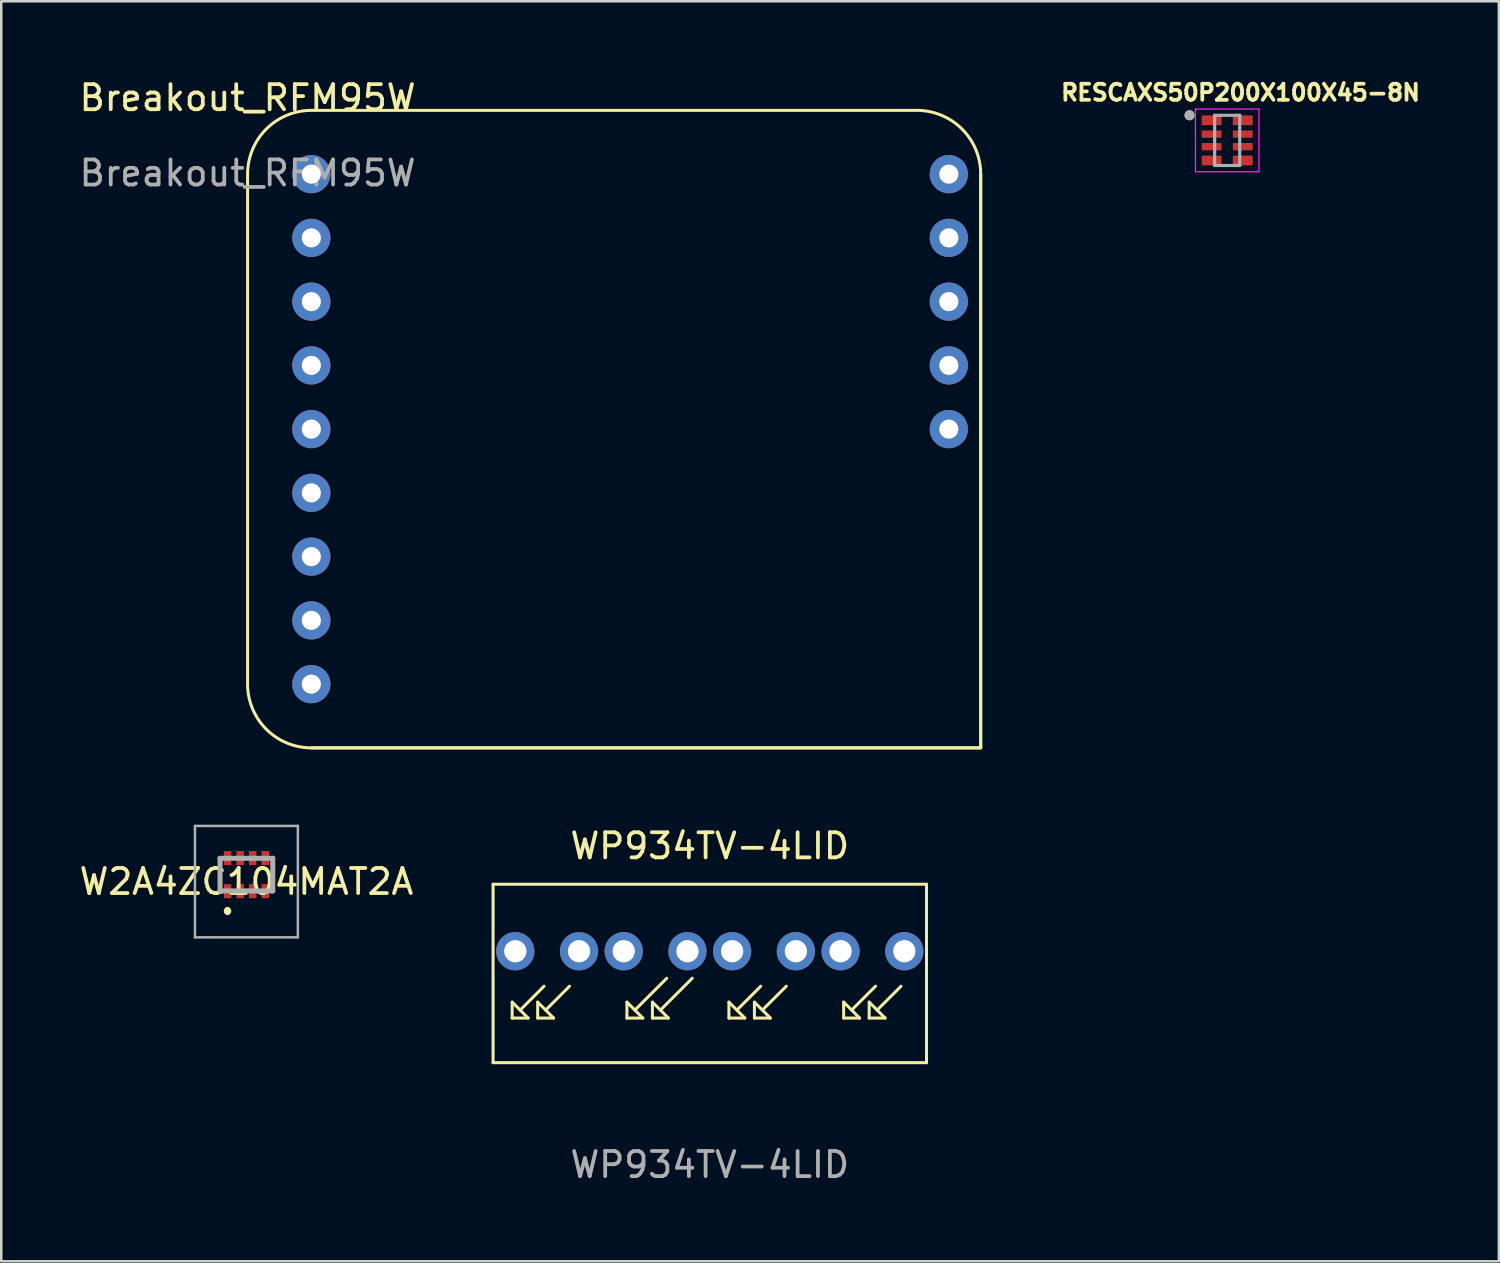
<source format=kicad_pcb>
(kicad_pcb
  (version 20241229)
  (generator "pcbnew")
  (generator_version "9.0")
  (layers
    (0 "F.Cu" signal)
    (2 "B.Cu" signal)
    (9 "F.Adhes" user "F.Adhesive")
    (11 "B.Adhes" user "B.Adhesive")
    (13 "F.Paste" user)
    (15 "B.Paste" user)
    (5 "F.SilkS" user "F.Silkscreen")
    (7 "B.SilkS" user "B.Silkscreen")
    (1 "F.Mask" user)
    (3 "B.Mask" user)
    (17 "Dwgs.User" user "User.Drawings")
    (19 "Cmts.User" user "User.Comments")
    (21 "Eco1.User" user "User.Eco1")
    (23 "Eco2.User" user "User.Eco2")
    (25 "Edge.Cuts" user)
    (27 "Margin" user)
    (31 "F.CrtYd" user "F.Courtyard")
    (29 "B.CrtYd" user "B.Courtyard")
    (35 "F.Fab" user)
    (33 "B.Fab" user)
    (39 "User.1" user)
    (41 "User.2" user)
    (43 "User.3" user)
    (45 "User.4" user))
  (footprint "WP934TV-4LID"
    (layer "F.Cu")
    (at 25.231 35.736)
    (property "Reference" "WP934TV-4LID" (at 0 -5.08 0) (unlocked yes) (layer "F.SilkS") (effects (font (size 1 1) (thickness 0.15))))
    (attr through_hole)
    (fp_line (start -8.635 -3.555) (end 8.635 -3.555) (stroke (width 0.12) (type solid)) (layer "F.SilkS"))
    (fp_line (start -8.635 3.555) (end -8.635 -3.555) (stroke (width 0.12) (type solid)) (layer "F.SilkS"))
    (fp_line (start -7.874 1.143) (end -7.239 1.778) (stroke (width 0.12) (type solid)) (layer "F.SilkS"))
    (fp_line (start -7.874 1.778) (end -7.874 1.143) (stroke (width 0.12) (type solid)) (layer "F.SilkS"))
    (fp_line (start -7.239 1.778) (end -7.874 1.778) (stroke (width 0.12) (type solid)) (layer "F.SilkS"))
    (fp_line (start -6.858 1.143) (end -6.223 1.778) (stroke (width 0.12) (type solid)) (layer "F.SilkS"))
    (fp_line (start -6.858 1.778) (end -6.858 1.143) (stroke (width 0.12) (type solid)) (layer "F.SilkS"))
    (fp_line (start -6.604 0.508) (end -7.556 1.46) (stroke (width 0.12) (type solid)) (layer "F.SilkS"))
    (fp_line (start -6.223 1.778) (end -6.858 1.778) (stroke (width 0.12) (type solid)) (layer "F.SilkS"))
    (fp_line (start -5.588 0.508) (end -6.54 1.46) (stroke (width 0.12) (type solid)) (layer "F.SilkS"))
    (fp_line (start -3.302 1.143) (end -2.667 1.778) (stroke (width 0.12) (type solid)) (layer "F.SilkS"))
    (fp_line (start -3.302 1.778) (end -3.302 1.143) (stroke (width 0.12) (type solid)) (layer "F.SilkS"))
    (fp_line (start -2.667 1.778) (end -3.302 1.778) (stroke (width 0.12) (type solid)) (layer "F.SilkS"))
    (fp_line (start -2.286 1.143) (end -1.651 1.778) (stroke (width 0.12) (type solid)) (layer "F.SilkS"))
    (fp_line (start -2.286 1.778) (end -2.286 1.143) (stroke (width 0.12) (type solid)) (layer "F.SilkS"))
    (fp_line (start -1.714 0.191) (end -2.985 1.46) (stroke (width 0.12) (type solid)) (layer "F.SilkS"))
    (fp_line (start -1.651 1.778) (end -2.286 1.778) (stroke (width 0.12) (type solid)) (layer "F.SilkS"))
    (fp_line (start -0.699 0.191) (end -1.968 1.46) (stroke (width 0.12) (type solid)) (layer "F.SilkS"))
    (fp_line (start 0.762 1.143) (end 1.397 1.778) (stroke (width 0.12) (type solid)) (layer "F.SilkS"))
    (fp_line (start 0.762 1.778) (end 0.762 1.143) (stroke (width 0.12) (type solid)) (layer "F.SilkS"))
    (fp_line (start 1.397 1.778) (end 0.762 1.778) (stroke (width 0.12) (type solid)) (layer "F.SilkS"))
    (fp_line (start 1.778 1.143) (end 2.413 1.778) (stroke (width 0.12) (type solid)) (layer "F.SilkS"))
    (fp_line (start 1.778 1.778) (end 1.778 1.143) (stroke (width 0.12) (type solid)) (layer "F.SilkS"))
    (fp_line (start 2.032 0.508) (end 1.079 1.46) (stroke (width 0.12) (type solid)) (layer "F.SilkS"))
    (fp_line (start 2.413 1.778) (end 1.778 1.778) (stroke (width 0.12) (type solid)) (layer "F.SilkS"))
    (fp_line (start 3.048 0.508) (end 2.095 1.46) (stroke (width 0.12) (type solid)) (layer "F.SilkS"))
    (fp_line (start 5.334 1.143) (end 5.969 1.778) (stroke (width 0.12) (type solid)) (layer "F.SilkS"))
    (fp_line (start 5.334 1.778) (end 5.334 1.143) (stroke (width 0.12) (type solid)) (layer "F.SilkS"))
    (fp_line (start 5.969 1.778) (end 5.334 1.778) (stroke (width 0.12) (type solid)) (layer "F.SilkS"))
    (fp_line (start 6.35 1.143) (end 6.985 1.778) (stroke (width 0.12) (type solid)) (layer "F.SilkS"))
    (fp_line (start 6.35 1.778) (end 6.35 1.143) (stroke (width 0.12) (type solid)) (layer "F.SilkS"))
    (fp_line (start 6.604 0.508) (end 5.652 1.46) (stroke (width 0.12) (type solid)) (layer "F.SilkS"))
    (fp_line (start 6.985 1.778) (end 6.35 1.778) (stroke (width 0.12) (type solid)) (layer "F.SilkS"))
    (fp_line (start 7.62 0.508) (end 6.668 1.46) (stroke (width 0.12) (type solid)) (layer "F.SilkS"))
    (fp_line (start 8.635 -3.555) (end 8.635 3.555) (stroke (width 0.12) (type solid)) (layer "F.SilkS"))
    (fp_line (start 8.635 3.555) (end -8.635 3.555) (stroke (width 0.12) (type solid)) (layer "F.SilkS"))
    (fp_text user "${REFERENCE}" (at 0 7.62 0) (unlocked yes) (layer "F.Fab") (effects (font (size 1 1) (thickness 0.15))))
    (pad "1" thru_hole circle (at 7.75 -0.885) (size 1.524 1.524) (drill 0.889) (layers "*.Cu" "*.Mask"))
    (pad "2" thru_hole circle (at 5.21 -0.885) (size 1.524 1.524) (drill 0.889) (layers "*.Cu" "*.Mask"))
    (pad "3" thru_hole circle (at 3.43 -0.885) (size 1.524 1.524) (drill 0.889) (layers "*.Cu" "*.Mask"))
    (pad "4" thru_hole circle (at 0.89 -0.885) (size 1.524 1.524) (drill 0.889) (layers "*.Cu" "*.Mask"))
    (pad "5" thru_hole circle (at -0.89 -0.885) (size 1.524 1.524) (drill 0.889) (layers "*.Cu" "*.Mask"))
    (pad "6" thru_hole circle (at -3.43 -0.885) (size 1.524 1.524) (drill 0.889) (layers "*.Cu" "*.Mask"))
    (pad "7" thru_hole circle (at -5.21 -0.885) (size 1.524 1.524) (drill 0.889) (layers "*.Cu" "*.Mask"))
    (pad "8" thru_hole circle (at -7.75 -0.885) (size 1.524 1.524) (drill 0.889) (layers "*.Cu" "*.Mask")))
  (footprint "Breakout_RFM95W"
    (layer "F.Cu")
    (at 6.815 1.348)
    (property "Reference" "Breakout_RFM95W" (at 0 -0.5 0) (unlocked yes) (layer "F.SilkS") (effects (font (size 1 1) (thickness 0.15))))
    (attr through_hole)
    (fp_line (start 29.21 2.54) (end 29.21 25.4) (stroke (width 0.12) (type solid)) (layer "F.SilkS"))
    (fp_line (start 29.21 25.4) (end 2.54 25.4) (stroke (width 0.12) (type solid)) (layer "F.SilkS"))
    (fp_poly (pts (arc (start 29.21 2.54) (mid 28.466051 0.743949) (end 26.67 0)) (arc (start 2.54 0) (mid 0.743949 0.743949) (end 0 2.54)) (arc (start 0 22.86) (mid 0.743949 24.656051) (end 2.54 25.4)) (xy 29.21 25.4)) (stroke (width 0.12) (type solid)) (fill no) (layer "F.SilkS"))
    (fp_text user "${REFERENCE}" (at 0 2.5 0) (unlocked yes) (layer "F.Fab") (effects (font (size 1 1) (thickness 0.15))))
    (pad "1" thru_hole circle (at 2.54 2.54) (size 1.524 1.524) (drill 0.762) (layers "*.Cu" "*.Mask"))
    (pad "2" thru_hole circle (at 2.54 5.08) (size 1.524 1.524) (drill 0.762) (layers "*.Cu" "*.Mask"))
    (pad "3" thru_hole circle (at 2.54 7.62) (size 1.524 1.524) (drill 0.762) (layers "*.Cu" "*.Mask"))
    (pad "4" thru_hole circle (at 2.54 10.16) (size 1.524 1.524) (drill 0.762) (layers "*.Cu" "*.Mask"))
    (pad "5" thru_hole circle (at 2.54 12.7) (size 1.524 1.524) (drill 0.762) (layers "*.Cu" "*.Mask"))
    (pad "6" thru_hole circle (at 2.54 15.24) (size 1.524 1.524) (drill 0.762) (layers "*.Cu" "*.Mask"))
    (pad "7" thru_hole circle (at 2.54 17.78) (size 1.524 1.524) (drill 0.762) (layers "*.Cu" "*.Mask"))
    (pad "8" thru_hole circle (at 2.54 20.32) (size 1.524 1.524) (drill 0.762) (layers "*.Cu" "*.Mask"))
    (pad "9" thru_hole circle (at 2.54 22.86) (size 1.524 1.524) (drill 0.762) (layers "*.Cu" "*.Mask"))
    (pad "10" thru_hole circle (at 27.94 12.7) (size 1.524 1.524) (drill 0.762) (layers "*.Cu" "*.Mask"))
    (pad "11" thru_hole circle (at 27.94 10.16) (size 1.524 1.524) (drill 0.762) (layers "*.Cu" "*.Mask"))
    (pad "12" thru_hole circle (at 27.94 7.62) (size 1.524 1.524) (drill 0.762) (layers "*.Cu" "*.Mask"))
    (pad "13" thru_hole circle (at 27.94 5.08) (size 1.524 1.524) (drill 0.762) (layers "*.Cu" "*.Mask"))
    (pad "14" thru_hole circle (at 27.94 2.54) (size 1.524 1.524) (drill 0.762) (layers "*.Cu" "*.Mask")))
  (footprint "W2A4ZC104MAT2A"
    (layer "F.Cu")
    (at 6.768 31.798)
    (property "Reference" "W2A4ZC104MAT2A" (at 0 0.28 0) (layer "F.SilkS") (effects (font (size 1 1) (thickness 0.15))))
    (attr through_hole)
    (fp_line (start -0.75 1.4) (end -0.75 1.4) (stroke (width 0.2) (type solid)) (layer "F.SilkS"))
    (fp_line (start -0.75 1.4) (end -0.75 1.4) (stroke (width 0.2) (type solid)) (layer "F.SilkS"))
    (fp_line (start -0.75 1.5) (end -0.75 1.5) (stroke (width 0.2) (type solid)) (layer "F.SilkS"))
    (fp_arc (start -0.75 1.4) (mid -0.7 1.45) (end -0.75 1.5) (stroke (width 0.2) (type solid)) (layer "F.SilkS"))
    (fp_arc (start -0.75 1.5) (mid -0.8 1.45) (end -0.75 1.4) (stroke (width 0.2) (type solid)) (layer "F.SilkS"))
    (fp_arc (start -0.75 1.5) (mid -0.8 1.45) (end -0.75 1.4) (stroke (width 0.2) (type solid)) (layer "F.SilkS"))
    (fp_line (start -2.05 -1.94) (end 2.05 -1.94) (stroke (width 0.1) (type solid)) (layer "F.Fab"))
    (fp_line (start -2.05 2.5) (end -2.05 -1.94) (stroke (width 0.1) (type solid)) (layer "F.Fab"))
    (fp_line (start -1.05 -0.65) (end 1.05 -0.65) (stroke (width 0.2) (type solid)) (layer "F.Fab"))
    (fp_line (start -1.05 0.65) (end -1.05 -0.65) (stroke (width 0.2) (type solid)) (layer "F.Fab"))
    (fp_line (start 1.05 -0.65) (end 1.05 0.65) (stroke (width 0.2) (type solid)) (layer "F.Fab"))
    (fp_line (start 1.05 0.65) (end -1.05 0.65) (stroke (width 0.2) (type solid)) (layer "F.Fab"))
    (fp_line (start 2.05 -1.94) (end 2.05 2.5) (stroke (width 0.1) (type solid)) (layer "F.Fab"))
    (fp_line (start 2.05 2.5) (end -2.05 2.5) (stroke (width 0.1) (type solid)) (layer "F.Fab"))
    (pad "1" smd rect (at -0.75 0.66 90) (size 0.56 0.3) (layers "F.Cu" "F.Mask" "F.Paste"))
    (pad "2" smd rect (at -0.25 0.66 90) (size 0.56 0.3) (layers "F.Cu" "F.Mask" "F.Paste"))
    (pad "3" smd rect (at 0.25 0.66 90) (size 0.56 0.3) (layers "F.Cu" "F.Mask" "F.Paste"))
    (pad "4" smd rect (at 0.75 0.66 90) (size 0.56 0.3) (layers "F.Cu" "F.Mask" "F.Paste"))
    (pad "5" smd rect (at 0.75 -0.66 90) (size 0.56 0.3) (layers "F.Cu" "F.Mask" "F.Paste"))
    (pad "6" smd rect (at 0.25 -0.66 90) (size 0.56 0.3) (layers "F.Cu" "F.Mask" "F.Paste"))
    (pad "7" smd rect (at -0.25 -0.66 90) (size 0.56 0.3) (layers "F.Cu" "F.Mask" "F.Paste"))
    (pad "8" smd rect (at -0.75 -0.66 90) (size 0.56 0.3) (layers "F.Cu" "F.Mask" "F.Paste")))
  (footprint "RESCAXS50P200X100X45-8N"
    (layer "F.Cu")
    (at 45.846 2.544)
    (property "Reference" "RESCAXS50P200X100X45-8N" (at 0.532 -1.906 0) (layer "F.SilkS") (effects (font (size 0.64 0.64) (thickness 0.15))))
    (attr through_hole)
    (fp_circle (center -1.5 -1) (end -1.4 -1) (stroke (width 0.2) (type solid)) (fill no) (layer "F.SilkS"))
    (fp_line (start -1.265 -1.25) (end -1.265 1.25) (stroke (width 0.05) (type solid)) (layer "F.CrtYd"))
    (fp_line (start -1.265 1.25) (end 1.265 1.25) (stroke (width 0.05) (type solid)) (layer "F.CrtYd"))
    (fp_line (start 1.265 -1.25) (end -1.265 -1.25) (stroke (width 0.05) (type solid)) (layer "F.CrtYd"))
    (fp_line (start 1.265 1.25) (end 1.265 -1.25) (stroke (width 0.05) (type solid)) (layer "F.CrtYd"))
    (fp_line (start -0.5 -1) (end 0.5 -1) (stroke (width 0.127) (type solid)) (layer "F.Fab"))
    (fp_line (start -0.5 1) (end -0.5 -1) (stroke (width 0.127) (type solid)) (layer "F.Fab"))
    (fp_line (start 0.5 -1) (end 0.5 1) (stroke (width 0.127) (type solid)) (layer "F.Fab"))
    (fp_line (start 0.5 1) (end -0.5 1) (stroke (width 0.127) (type solid)) (layer "F.Fab"))
    (fp_circle (center -1.5 -1) (end -1.4 -1) (stroke (width 0.2) (type solid)) (fill no) (layer "F.Fab"))
    (pad "1" smd roundrect (at -0.62 -0.8) (size 0.79 0.39) (layers "F.Cu" "F.Mask" "F.Paste") (roundrect_rratio 0.05))
    (pad "2" smd roundrect (at -0.62 -0.25) (size 0.79 0.29) (layers "F.Cu" "F.Mask" "F.Paste") (roundrect_rratio 0.04))
    (pad "3" smd roundrect (at -0.62 0.25) (size 0.79 0.29) (layers "F.Cu" "F.Mask" "F.Paste") (roundrect_rratio 0.04))
    (pad "4" smd roundrect (at -0.62 0.8) (size 0.79 0.39) (layers "F.Cu" "F.Mask" "F.Paste") (roundrect_rratio 0.05))
    (pad "5" smd roundrect (at 0.62 0.8 180) (size 0.79 0.39) (layers "F.Cu" "F.Mask" "F.Paste") (roundrect_rratio 0.05))
    (pad "6" smd roundrect (at 0.62 0.25 180) (size 0.79 0.29) (layers "F.Cu" "F.Mask" "F.Paste") (roundrect_rratio 0.04))
    (pad "7" smd roundrect (at 0.62 -0.25 180) (size 0.79 0.29) (layers "F.Cu" "F.Mask" "F.Paste") (roundrect_rratio 0.04))
    (pad "8" smd roundrect (at 0.62 -0.8 180) (size 0.79 0.39) (layers "F.Cu" "F.Mask" "F.Paste") (roundrect_rratio 0.05)))
  (gr_rect
    (start -3 -3)
    (end 56.67 47.205)
    (stroke (width 0.1) (type default))
    (fill no)
    (layer "Edge.Cuts")))
</source>
